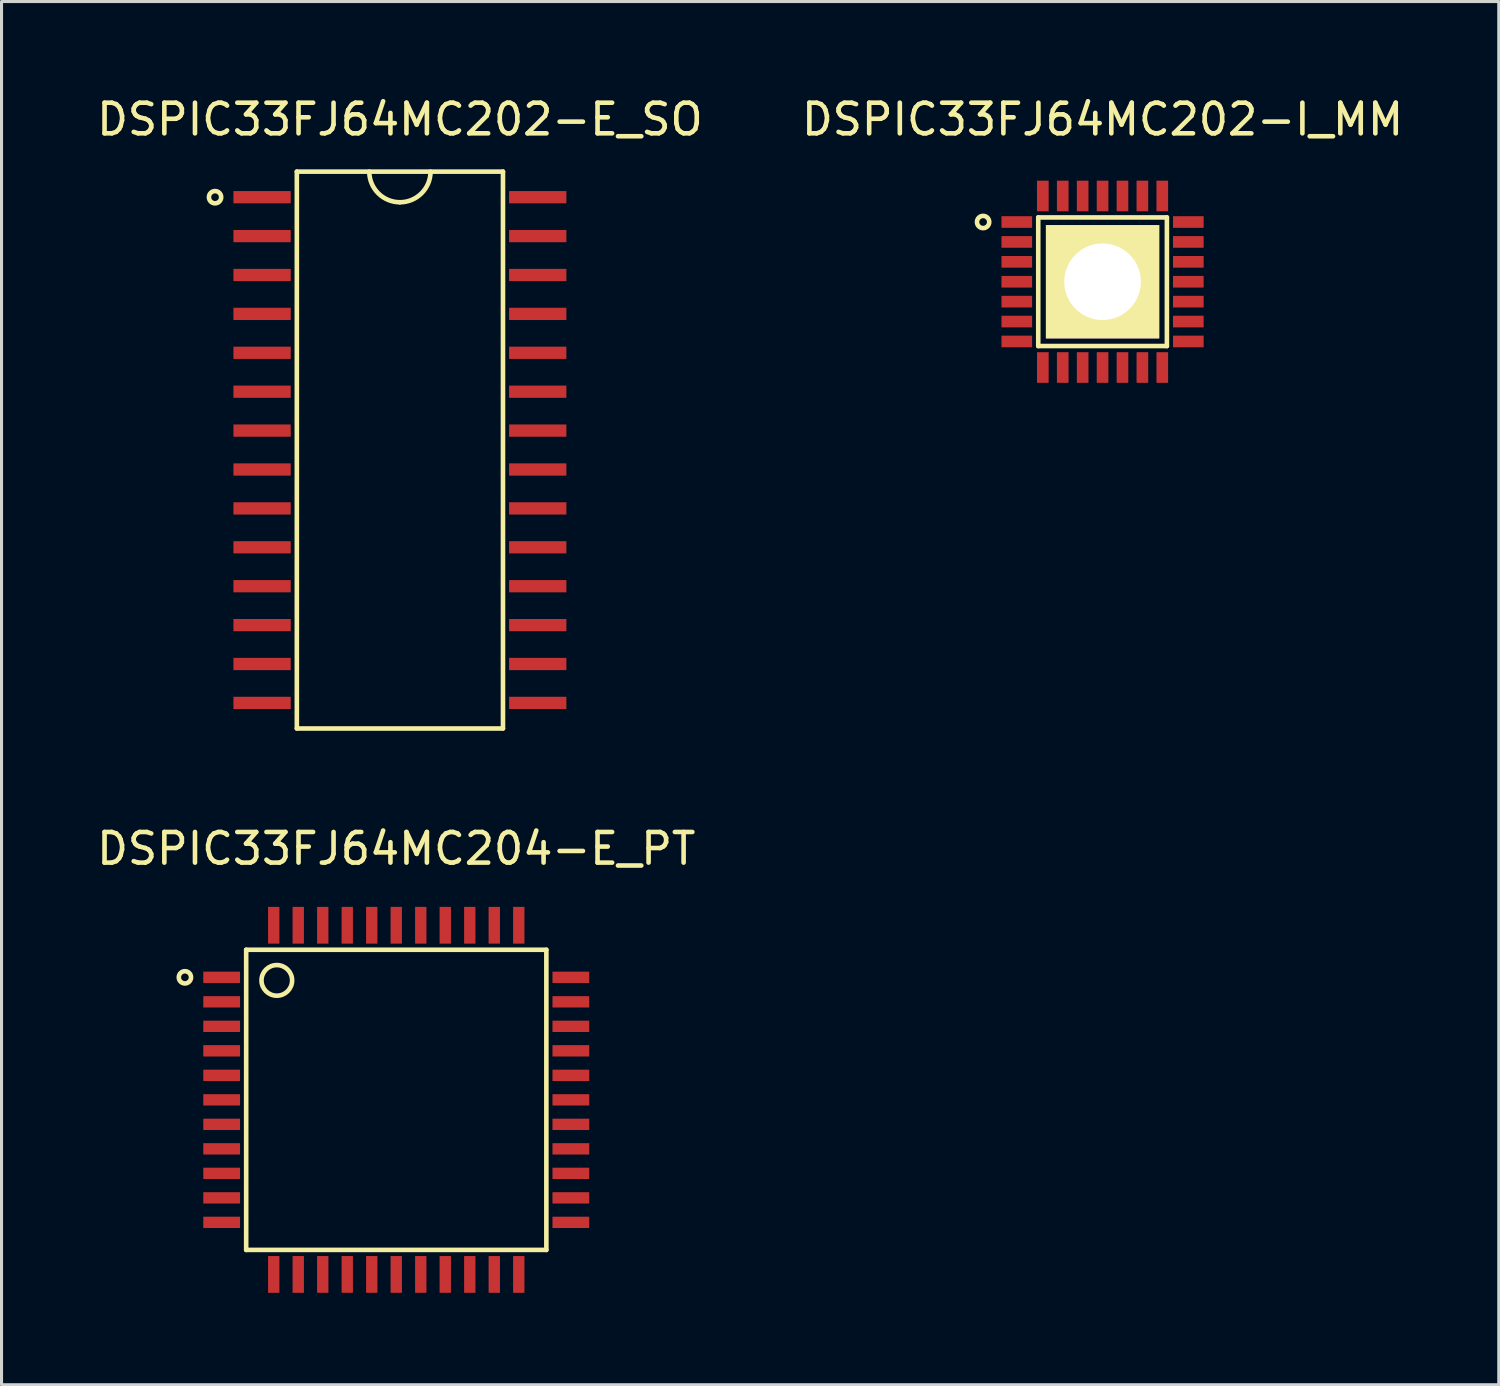
<source format=kicad_pcb>
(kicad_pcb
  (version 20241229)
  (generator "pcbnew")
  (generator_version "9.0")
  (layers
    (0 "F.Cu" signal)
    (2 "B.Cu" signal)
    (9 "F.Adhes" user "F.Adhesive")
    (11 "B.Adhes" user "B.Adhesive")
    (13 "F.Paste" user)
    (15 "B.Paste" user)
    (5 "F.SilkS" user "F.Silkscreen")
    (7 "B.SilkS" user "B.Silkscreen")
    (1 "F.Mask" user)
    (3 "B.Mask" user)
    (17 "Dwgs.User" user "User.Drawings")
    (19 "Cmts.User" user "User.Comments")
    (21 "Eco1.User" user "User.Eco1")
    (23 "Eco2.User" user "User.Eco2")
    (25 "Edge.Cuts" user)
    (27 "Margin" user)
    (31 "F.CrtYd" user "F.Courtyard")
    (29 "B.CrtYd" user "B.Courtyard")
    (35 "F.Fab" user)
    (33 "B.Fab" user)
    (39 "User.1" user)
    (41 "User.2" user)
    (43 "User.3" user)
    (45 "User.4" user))
  (footprint "DSPIC33FJ64MC202-E_SO"
    (layer "F.Cu")
    (at 5.506 3.388)
    (property "Reference" "DSPIC33FJ64MC202-E_SO" (at 4.5 -2.54 0) (layer "F.SilkS") (effects (font (size 1 1) (thickness 0.15))))
    (attr through_hole)
    (fp_line (start 1.135 -0.835) (end 7.865 -0.835) (stroke (width 0.15) (type solid)) (layer "F.SilkS"))
    (fp_line (start 1.135 17.345) (end 1.135 -0.835) (stroke (width 0.15) (type solid)) (layer "F.SilkS"))
    (fp_line (start 7.865 -0.835) (end 7.865 17.345) (stroke (width 0.15) (type solid)) (layer "F.SilkS"))
    (fp_line (start 7.865 17.345) (end 1.135 17.345) (stroke (width 0.15) (type solid)) (layer "F.SilkS"))
    (fp_arc (start 4.5 0.165) (mid 3.792893 -0.127893) (end 3.5 -0.835) (stroke (width 0.15) (type solid)) (layer "F.SilkS"))
    (fp_arc (start 5.5 -0.835) (mid 5.207107 -0.127893) (end 4.5 0.165) (stroke (width 0.15) (type solid)) (layer "F.SilkS"))
    (fp_circle (center -1.535 0) (end -1.535 0.2) (stroke (width 0.15) (type solid)) (fill no) (layer "F.SilkS"))
    (pad "1" smd rect (at 0 0) (size 1.87 0.4) (layers "F.Cu" "F.Mask" "F.Paste"))
    (pad "2" smd rect (at 0 1.27) (size 1.87 0.4) (layers "F.Cu" "F.Mask" "F.Paste"))
    (pad "3" smd rect (at 0 2.54) (size 1.87 0.4) (layers "F.Cu" "F.Mask" "F.Paste"))
    (pad "4" smd rect (at 0 3.81) (size 1.87 0.4) (layers "F.Cu" "F.Mask" "F.Paste"))
    (pad "5" smd rect (at 0 5.08) (size 1.87 0.4) (layers "F.Cu" "F.Mask" "F.Paste"))
    (pad "6" smd rect (at 0 6.35) (size 1.87 0.4) (layers "F.Cu" "F.Mask" "F.Paste"))
    (pad "7" smd rect (at 0 7.62) (size 1.87 0.4) (layers "F.Cu" "F.Mask" "F.Paste"))
    (pad "8" smd rect (at 0 8.89) (size 1.87 0.4) (layers "F.Cu" "F.Mask" "F.Paste"))
    (pad "9" smd rect (at 0 10.16) (size 1.87 0.4) (layers "F.Cu" "F.Mask" "F.Paste"))
    (pad "10" smd rect (at 0 11.43) (size 1.87 0.4) (layers "F.Cu" "F.Mask" "F.Paste"))
    (pad "11" smd rect (at 0 12.7) (size 1.87 0.4) (layers "F.Cu" "F.Mask" "F.Paste"))
    (pad "12" smd rect (at 0 13.97) (size 1.87 0.4) (layers "F.Cu" "F.Mask" "F.Paste"))
    (pad "13" smd rect (at 0 15.24) (size 1.87 0.4) (layers "F.Cu" "F.Mask" "F.Paste"))
    (pad "14" smd rect (at 0 16.51) (size 1.87 0.4) (layers "F.Cu" "F.Mask" "F.Paste"))
    (pad "15" smd rect (at 9 16.51) (size 1.87 0.4) (layers "F.Cu" "F.Mask" "F.Paste"))
    (pad "16" smd rect (at 9 15.24) (size 1.87 0.4) (layers "F.Cu" "F.Mask" "F.Paste"))
    (pad "17" smd rect (at 9 13.97) (size 1.87 0.4) (layers "F.Cu" "F.Mask" "F.Paste"))
    (pad "18" smd rect (at 9 12.7) (size 1.87 0.4) (layers "F.Cu" "F.Mask" "F.Paste"))
    (pad "19" smd rect (at 9 11.43) (size 1.87 0.4) (layers "F.Cu" "F.Mask" "F.Paste"))
    (pad "20" smd rect (at 9 10.16) (size 1.87 0.4) (layers "F.Cu" "F.Mask" "F.Paste"))
    (pad "21" smd rect (at 9 8.89) (size 1.87 0.4) (layers "F.Cu" "F.Mask" "F.Paste"))
    (pad "22" smd rect (at 9 7.62) (size 1.87 0.4) (layers "F.Cu" "F.Mask" "F.Paste"))
    (pad "23" smd rect (at 9 6.35) (size 1.87 0.4) (layers "F.Cu" "F.Mask" "F.Paste"))
    (pad "24" smd rect (at 9 5.08) (size 1.87 0.4) (layers "F.Cu" "F.Mask" "F.Paste"))
    (pad "25" smd rect (at 9 3.81) (size 1.87 0.4) (layers "F.Cu" "F.Mask" "F.Paste"))
    (pad "26" smd rect (at 9 2.54) (size 1.87 0.4) (layers "F.Cu" "F.Mask" "F.Paste"))
    (pad "27" smd rect (at 9 1.27) (size 1.87 0.4) (layers "F.Cu" "F.Mask" "F.Paste"))
    (pad "28" smd rect (at 9 0) (size 1.87 0.4) (layers "F.Cu" "F.Mask" "F.Paste")))
  (footprint "DSPIC33FJ64MC204-E_PT"
    (layer "F.Cu")
    (at 4.187 27.157)
    (property "Reference" "DSPIC33FJ64MC204-E_PT" (at 5.7 -2.5 0) (layer "F.SilkS") (effects (font (size 1 1) (thickness 0.15))))
    (attr through_hole)
    (fp_line (start 0.8 0.8) (end 0.8 10.6) (stroke (width 0.15) (type solid)) (layer "F.SilkS"))
    (fp_line (start 0.8 0.8) (end 10.6 0.8) (stroke (width 0.15) (type solid)) (layer "F.SilkS"))
    (fp_line (start 0.8 10.6) (end 10.6 10.6) (stroke (width 0.15) (type solid)) (layer "F.SilkS"))
    (fp_line (start 10.6 10.6) (end 10.6 0.8) (stroke (width 0.15) (type solid)) (layer "F.SilkS"))
    (fp_circle (center -1.2 1.7) (end -1.2 1.5) (stroke (width 0.15) (type solid)) (fill no) (layer "F.SilkS"))
    (fp_circle (center 1.8 1.8) (end 1.8 1.3) (stroke (width 0.15) (type solid)) (fill no) (layer "F.SilkS"))
    (pad "1" smd rect (at 0 1.7) (size 1.2 0.37) (layers "F.Cu" "F.Mask" "F.Paste"))
    (pad "2" smd rect (at 0 2.5) (size 1.2 0.37) (layers "F.Cu" "F.Mask" "F.Paste"))
    (pad "3" smd rect (at 0 3.3) (size 1.2 0.37) (layers "F.Cu" "F.Mask" "F.Paste"))
    (pad "4" smd rect (at 0 4.1) (size 1.2 0.37) (layers "F.Cu" "F.Mask" "F.Paste"))
    (pad "5" smd rect (at 0 4.9) (size 1.2 0.37) (layers "F.Cu" "F.Mask" "F.Paste"))
    (pad "6" smd rect (at 0 5.7) (size 1.2 0.37) (layers "F.Cu" "F.Mask" "F.Paste"))
    (pad "7" smd rect (at 0 6.5) (size 1.2 0.37) (layers "F.Cu" "F.Mask" "F.Paste"))
    (pad "8" smd rect (at 0 7.3) (size 1.2 0.37) (layers "F.Cu" "F.Mask" "F.Paste"))
    (pad "9" smd rect (at 0 8.1) (size 1.2 0.37) (layers "F.Cu" "F.Mask" "F.Paste"))
    (pad "10" smd rect (at 0 8.9) (size 1.2 0.37) (layers "F.Cu" "F.Mask" "F.Paste"))
    (pad "11" smd rect (at 0 9.7) (size 1.2 0.37) (layers "F.Cu" "F.Mask" "F.Paste"))
    (pad "12" smd rect (at 1.7 11.4) (size 0.37 1.2) (layers "F.Cu" "F.Mask" "F.Paste"))
    (pad "13" smd rect (at 2.5 11.4) (size 0.37 1.2) (layers "F.Cu" "F.Mask" "F.Paste"))
    (pad "14" smd rect (at 3.3 11.4) (size 0.37 1.2) (layers "F.Cu" "F.Mask" "F.Paste"))
    (pad "15" smd rect (at 4.1 11.4) (size 0.37 1.2) (layers "F.Cu" "F.Mask" "F.Paste"))
    (pad "16" smd rect (at 4.9 11.4) (size 0.37 1.2) (layers "F.Cu" "F.Mask" "F.Paste"))
    (pad "17" smd rect (at 5.7 11.4) (size 0.37 1.2) (layers "F.Cu" "F.Mask" "F.Paste"))
    (pad "18" smd rect (at 6.5 11.4) (size 0.37 1.2) (layers "F.Cu" "F.Mask" "F.Paste"))
    (pad "19" smd rect (at 7.3 11.4) (size 0.37 1.2) (layers "F.Cu" "F.Mask" "F.Paste"))
    (pad "20" smd rect (at 8.1 11.4) (size 0.37 1.2) (layers "F.Cu" "F.Mask" "F.Paste"))
    (pad "21" smd rect (at 8.9 11.4) (size 0.37 1.2) (layers "F.Cu" "F.Mask" "F.Paste"))
    (pad "22" smd rect (at 9.7 11.4) (size 0.37 1.2) (layers "F.Cu" "F.Mask" "F.Paste"))
    (pad "23" smd rect (at 11.4 9.7) (size 1.2 0.37) (layers "F.Cu" "F.Mask" "F.Paste"))
    (pad "24" smd rect (at 11.4 8.9) (size 1.2 0.37) (layers "F.Cu" "F.Mask" "F.Paste"))
    (pad "25" smd rect (at 11.4 8.1) (size 1.2 0.37) (layers "F.Cu" "F.Mask" "F.Paste"))
    (pad "26" smd rect (at 11.4 7.3) (size 1.2 0.37) (layers "F.Cu" "F.Mask" "F.Paste"))
    (pad "27" smd rect (at 11.4 6.5) (size 1.2 0.37) (layers "F.Cu" "F.Mask" "F.Paste"))
    (pad "28" smd rect (at 11.4 5.7) (size 1.2 0.37) (layers "F.Cu" "F.Mask" "F.Paste"))
    (pad "29" smd rect (at 11.4 4.9) (size 1.2 0.37) (layers "F.Cu" "F.Mask" "F.Paste"))
    (pad "30" smd rect (at 11.4 4.1) (size 1.2 0.37) (layers "F.Cu" "F.Mask" "F.Paste"))
    (pad "31" smd rect (at 11.4 3.3) (size 1.2 0.37) (layers "F.Cu" "F.Mask" "F.Paste"))
    (pad "32" smd rect (at 11.4 2.5) (size 1.2 0.37) (layers "F.Cu" "F.Mask" "F.Paste"))
    (pad "33" smd rect (at 11.4 1.7) (size 1.2 0.37) (layers "F.Cu" "F.Mask" "F.Paste"))
    (pad "34" smd rect (at 9.7 0) (size 0.37 1.2) (layers "F.Cu" "F.Mask" "F.Paste"))
    (pad "35" smd rect (at 8.9 0) (size 0.37 1.2) (layers "F.Cu" "F.Mask" "F.Paste"))
    (pad "36" smd rect (at 8.1 0) (size 0.37 1.2) (layers "F.Cu" "F.Mask" "F.Paste"))
    (pad "37" smd rect (at 7.3 0) (size 0.37 1.2) (layers "F.Cu" "F.Mask" "F.Paste"))
    (pad "38" smd rect (at 6.5 0) (size 0.37 1.2) (layers "F.Cu" "F.Mask" "F.Paste"))
    (pad "39" smd rect (at 5.7 0) (size 0.37 1.2) (layers "F.Cu" "F.Mask" "F.Paste"))
    (pad "40" smd rect (at 4.9 0) (size 0.37 1.2) (layers "F.Cu" "F.Mask" "F.Paste"))
    (pad "41" smd rect (at 4.1 0) (size 0.37 1.2) (layers "F.Cu" "F.Mask" "F.Paste"))
    (pad "42" smd rect (at 3.3 0) (size 0.37 1.2) (layers "F.Cu" "F.Mask" "F.Paste"))
    (pad "43" smd rect (at 2.5 0) (size 0.37 1.2) (layers "F.Cu" "F.Mask" "F.Paste"))
    (pad "44" smd rect (at 1.7 0) (size 0.37 1.2) (layers "F.Cu" "F.Mask" "F.Paste")))
  (footprint "DSPIC33FJ64MC202-I_MM"
    (layer "F.Cu")
    (at 30.146 3.348)
    (property "Reference" "DSPIC33FJ64MC202-I_MM" (at 2.8 -2.5 0) (layer "F.SilkS") (effects (font (size 1 1) (thickness 0.15))))
    (attr through_hole)
    (fp_line (start 0.7 0.7) (end 0.7 4.9) (stroke (width 0.15) (type solid)) (layer "F.SilkS"))
    (fp_line (start 0.7 0.7) (end 4.9 0.7) (stroke (width 0.15) (type solid)) (layer "F.SilkS"))
    (fp_line (start 0.7 4.9) (end 4.9 4.9) (stroke (width 0.15) (type solid)) (layer "F.SilkS"))
    (fp_line (start 4.9 4.9) (end 4.9 0.7) (stroke (width 0.15) (type solid)) (layer "F.SilkS"))
    (fp_circle (center -1.1 0.85) (end -1.1 0.65) (stroke (width 0.15) (type solid)) (fill no) (layer "F.SilkS"))
    (fp_circle (center 1.7 1.7) (end 1.7 1.2) (stroke (width 0.15) (type solid)) (fill no) (layer "F.SilkS"))
    (pad "1" smd rect (at 0 0.85) (size 1 0.38) (layers "F.Cu" "F.Mask" "F.Paste"))
    (pad "2" smd rect (at 0 1.5) (size 1 0.38) (layers "F.Cu" "F.Mask" "F.Paste"))
    (pad "3" smd rect (at 0 2.15) (size 1 0.38) (layers "F.Cu" "F.Mask" "F.Paste"))
    (pad "4" smd rect (at 0 2.8) (size 1 0.38) (layers "F.Cu" "F.Mask" "F.Paste"))
    (pad "5" smd rect (at 0 3.45) (size 1 0.38) (layers "F.Cu" "F.Mask" "F.Paste"))
    (pad "6" smd rect (at 0 4.1) (size 1 0.38) (layers "F.Cu" "F.Mask" "F.Paste"))
    (pad "7" smd rect (at 0 4.75) (size 1 0.38) (layers "F.Cu" "F.Mask" "F.Paste"))
    (pad "8" smd rect (at 0.85 5.6) (size 0.38 1) (layers "F.Cu" "F.Mask" "F.Paste"))
    (pad "9" smd rect (at 1.5 5.6) (size 0.38 1) (layers "F.Cu" "F.Mask" "F.Paste"))
    (pad "10" smd rect (at 2.15 5.6) (size 0.38 1) (layers "F.Cu" "F.Mask" "F.Paste"))
    (pad "11" smd rect (at 2.8 5.6) (size 0.38 1) (layers "F.Cu" "F.Mask" "F.Paste"))
    (pad "12" smd rect (at 3.45 5.6) (size 0.38 1) (layers "F.Cu" "F.Mask" "F.Paste"))
    (pad "13" smd rect (at 4.1 5.6) (size 0.38 1) (layers "F.Cu" "F.Mask" "F.Paste"))
    (pad "14" smd rect (at 4.75 5.6) (size 0.38 1) (layers "F.Cu" "F.Mask" "F.Paste"))
    (pad "15" smd rect (at 5.6 4.75) (size 1 0.38) (layers "F.Cu" "F.Mask" "F.Paste"))
    (pad "16" smd rect (at 5.6 4.1) (size 1 0.38) (layers "F.Cu" "F.Mask" "F.Paste"))
    (pad "17" smd rect (at 5.6 3.45) (size 1 0.38) (layers "F.Cu" "F.Mask" "F.Paste"))
    (pad "18" smd rect (at 5.6 2.8) (size 1 0.38) (layers "F.Cu" "F.Mask" "F.Paste"))
    (pad "19" smd rect (at 5.6 2.15) (size 1 0.38) (layers "F.Cu" "F.Mask" "F.Paste"))
    (pad "20" smd rect (at 5.6 1.5) (size 1 0.38) (layers "F.Cu" "F.Mask" "F.Paste"))
    (pad "21" smd rect (at 5.6 0.85) (size 1 0.38) (layers "F.Cu" "F.Mask" "F.Paste"))
    (pad "22" smd rect (at 4.75 0) (size 0.38 1) (layers "F.Cu" "F.Mask" "F.Paste"))
    (pad "23" smd rect (at 4.1 0) (size 0.38 1) (layers "F.Cu" "F.Mask" "F.Paste"))
    (pad "24" smd rect (at 3.45 0) (size 0.38 1) (layers "F.Cu" "F.Mask" "F.Paste"))
    (pad "25" smd rect (at 2.8 0) (size 0.38 1) (layers "F.Cu" "F.Mask" "F.Paste"))
    (pad "26" smd rect (at 2.15 0) (size 0.38 1) (layers "F.Cu" "F.Mask" "F.Paste"))
    (pad "27" smd rect (at 1.5 0) (size 0.38 1) (layers "F.Cu" "F.Mask" "F.Paste"))
    (pad "28" smd rect (at 0.85 0) (size 0.38 1) (layers "F.Cu" "F.Mask" "F.Paste"))
    (pad "999" thru_hole rect (at 2.8 2.8) (size 3.7 3.7) (drill 2.5) (layers "*.Cu" "*.Mask" "F.SilkS")))
  (gr_rect
    (start -3 -3)
    (end 45.881 42.157)
    (stroke (width 0.1) (type default))
    (fill no)
    (layer "Edge.Cuts")))
</source>
